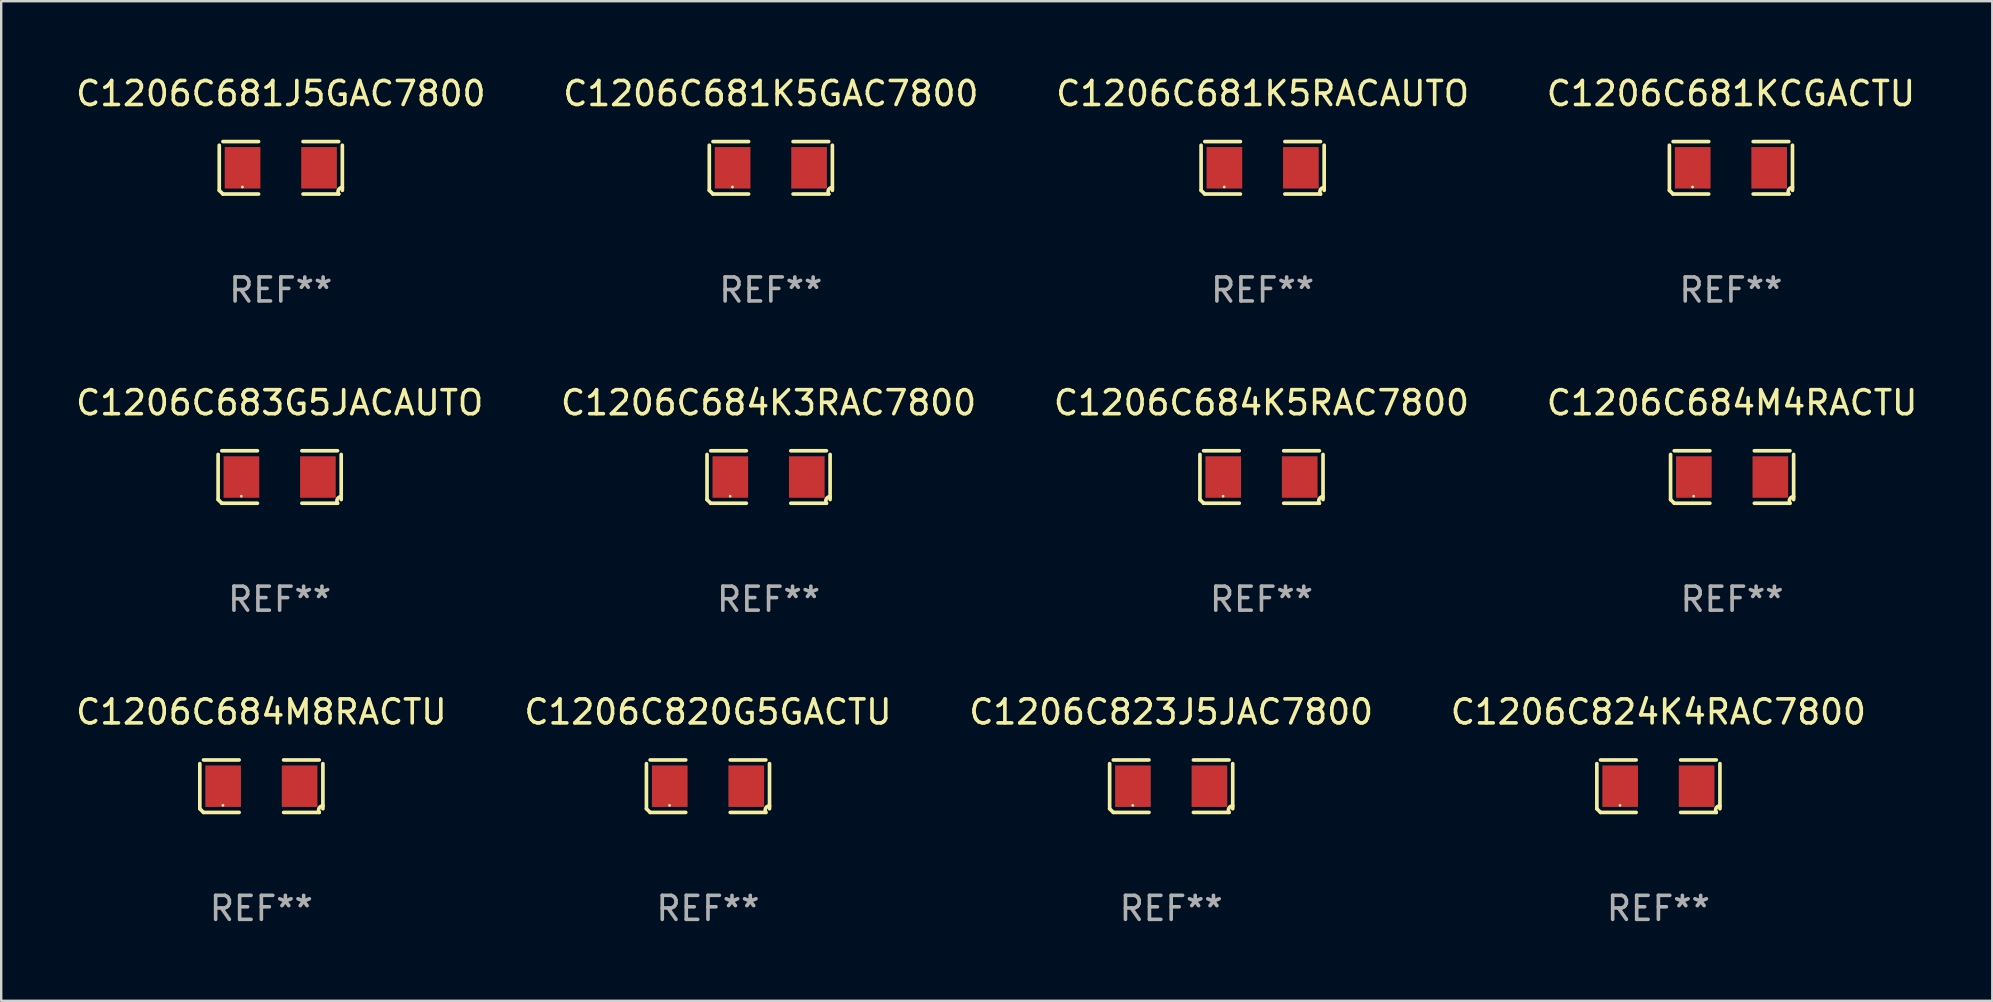
<source format=kicad_pcb>
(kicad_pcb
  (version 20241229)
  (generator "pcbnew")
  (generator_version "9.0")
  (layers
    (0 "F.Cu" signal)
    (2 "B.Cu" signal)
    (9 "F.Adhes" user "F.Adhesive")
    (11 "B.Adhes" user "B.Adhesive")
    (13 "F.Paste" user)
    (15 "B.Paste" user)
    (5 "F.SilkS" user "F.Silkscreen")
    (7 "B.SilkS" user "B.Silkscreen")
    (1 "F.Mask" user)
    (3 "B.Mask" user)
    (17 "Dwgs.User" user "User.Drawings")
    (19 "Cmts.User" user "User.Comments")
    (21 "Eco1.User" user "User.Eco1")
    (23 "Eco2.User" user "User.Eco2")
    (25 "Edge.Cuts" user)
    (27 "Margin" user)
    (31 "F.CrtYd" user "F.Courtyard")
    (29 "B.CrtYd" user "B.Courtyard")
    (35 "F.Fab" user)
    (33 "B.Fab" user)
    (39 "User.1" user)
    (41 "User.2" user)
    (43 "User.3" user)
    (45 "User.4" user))
  (footprint "C1206C684K3RAC7800"
    (layer "F.Cu")
    (at 28.97 16.823)
    (property "Reference" "C1206C684K3RAC7800" (at 0 -3.093 0) (layer "F.SilkS") (effects (font (size 1 1) (thickness 0.15))))
    (attr through_hole)
    (fp_line (start -2.564 0.94) (end -2.564 -0.94) (stroke (width 0.152) (type solid)) (layer "F.SilkS"))
    (fp_line (start -2.411 -1.093) (end -0.926 -1.093) (stroke (width 0.152) (type solid)) (layer "F.SilkS"))
    (fp_line (start -0.926 1.093) (end -2.411 1.093) (stroke (width 0.152) (type solid)) (layer "F.SilkS"))
    (fp_line (start 0.926 1.093) (end 2.411 1.093) (stroke (width 0.152) (type solid)) (layer "F.SilkS"))
    (fp_line (start 2.411 -1.093) (end 0.926 -1.093) (stroke (width 0.152) (type solid)) (layer "F.SilkS"))
    (fp_line (start 2.564 0.94) (end 2.564 -0.94) (stroke (width 0.152) (type solid)) (layer "F.SilkS"))
    (fp_arc (start -2.411201 1.092609) (mid -2.487413 1.01642) (end -2.563602 0.940208) (stroke (width 0.1524) (type solid)) (layer "F.SilkS"))
    (fp_arc (start 2.411201 1.092609) (mid 2.407159 0.911226) (end 2.563602 0.819347) (stroke (width 0.1524) (type solid)) (layer "F.SilkS"))
    (fp_circle (center -1.6 0.8) (end -1.57 0.8) (stroke (width 0.06) (type solid)) (fill no) (layer "F.SilkS"))
    (fp_text user "REF**" (at 0 5.093 0) (layer "F.Fab") (effects (font (size 1 1) (thickness 0.15))))
    (pad "1" smd rect (at -1.593 0) (size 1.485 1.728) (layers "F.Cu" "F.Mask" "F.Paste"))
    (pad "2" smd rect (at 1.593 0) (size 1.485 1.728) (layers "F.Cu" "F.Mask" "F.Paste")))
  (footprint "C1206C684M8RACTU"
    (layer "F.Cu")
    (at 7.839 29.704)
    (property "Reference" "C1206C684M8RACTU" (at 0 -3.093 0) (layer "F.SilkS") (effects (font (size 1 1) (thickness 0.15))))
    (attr through_hole)
    (fp_line (start -2.564 0.94) (end -2.564 -0.94) (stroke (width 0.152) (type solid)) (layer "F.SilkS"))
    (fp_line (start -2.411 -1.093) (end -0.926 -1.093) (stroke (width 0.152) (type solid)) (layer "F.SilkS"))
    (fp_line (start -0.926 1.093) (end -2.411 1.093) (stroke (width 0.152) (type solid)) (layer "F.SilkS"))
    (fp_line (start 0.926 1.093) (end 2.411 1.093) (stroke (width 0.152) (type solid)) (layer "F.SilkS"))
    (fp_line (start 2.411 -1.093) (end 0.926 -1.093) (stroke (width 0.152) (type solid)) (layer "F.SilkS"))
    (fp_line (start 2.564 0.94) (end 2.564 -0.94) (stroke (width 0.152) (type solid)) (layer "F.SilkS"))
    (fp_arc (start -2.411201 1.092609) (mid -2.487413 1.01642) (end -2.563602 0.940208) (stroke (width 0.1524) (type solid)) (layer "F.SilkS"))
    (fp_arc (start 2.411201 1.092609) (mid 2.407159 0.911226) (end 2.563602 0.819347) (stroke (width 0.1524) (type solid)) (layer "F.SilkS"))
    (fp_circle (center -1.6 0.8) (end -1.57 0.8) (stroke (width 0.06) (type solid)) (fill no) (layer "F.SilkS"))
    (fp_text user "REF**" (at 0 5.093 0) (layer "F.Fab") (effects (font (size 1 1) (thickness 0.15))))
    (pad "1" smd rect (at -1.593 0) (size 1.485 1.728) (layers "F.Cu" "F.Mask" "F.Paste"))
    (pad "2" smd rect (at 1.593 0) (size 1.485 1.728) (layers "F.Cu" "F.Mask" "F.Paste")))
  (footprint "C1206C684K5RAC7800"
    (layer "F.Cu")
    (at 49.506 16.823)
    (property "Reference" "C1206C684K5RAC7800" (at 0 -3.093 0) (layer "F.SilkS") (effects (font (size 1 1) (thickness 0.15))))
    (attr through_hole)
    (fp_line (start -2.564 0.94) (end -2.564 -0.94) (stroke (width 0.152) (type solid)) (layer "F.SilkS"))
    (fp_line (start -2.411 -1.093) (end -0.926 -1.093) (stroke (width 0.152) (type solid)) (layer "F.SilkS"))
    (fp_line (start -0.926 1.093) (end -2.411 1.093) (stroke (width 0.152) (type solid)) (layer "F.SilkS"))
    (fp_line (start 0.926 1.093) (end 2.411 1.093) (stroke (width 0.152) (type solid)) (layer "F.SilkS"))
    (fp_line (start 2.411 -1.093) (end 0.926 -1.093) (stroke (width 0.152) (type solid)) (layer "F.SilkS"))
    (fp_line (start 2.564 0.94) (end 2.564 -0.94) (stroke (width 0.152) (type solid)) (layer "F.SilkS"))
    (fp_arc (start -2.411201 1.092609) (mid -2.487413 1.01642) (end -2.563602 0.940208) (stroke (width 0.1524) (type solid)) (layer "F.SilkS"))
    (fp_arc (start 2.411201 1.092609) (mid 2.407159 0.911226) (end 2.563602 0.819347) (stroke (width 0.1524) (type solid)) (layer "F.SilkS"))
    (fp_circle (center -1.6 0.8) (end -1.57 0.8) (stroke (width 0.06) (type solid)) (fill no) (layer "F.SilkS"))
    (fp_text user "REF**" (at 0 5.093 0) (layer "F.Fab") (effects (font (size 1 1) (thickness 0.15))))
    (pad "1" smd rect (at -1.593 0) (size 1.485 1.728) (layers "F.Cu" "F.Mask" "F.Paste"))
    (pad "2" smd rect (at 1.593 0) (size 1.485 1.728) (layers "F.Cu" "F.Mask" "F.Paste")))
  (footprint "C1206C820G5GACTU"
    (layer "F.Cu")
    (at 26.446 29.704)
    (property "Reference" "C1206C820G5GACTU" (at 0 -3.093 0) (layer "F.SilkS") (effects (font (size 1 1) (thickness 0.15))))
    (attr through_hole)
    (fp_line (start -2.564 0.94) (end -2.564 -0.94) (stroke (width 0.152) (type solid)) (layer "F.SilkS"))
    (fp_line (start -2.411 -1.093) (end -0.926 -1.093) (stroke (width 0.152) (type solid)) (layer "F.SilkS"))
    (fp_line (start -0.926 1.093) (end -2.411 1.093) (stroke (width 0.152) (type solid)) (layer "F.SilkS"))
    (fp_line (start 0.926 1.093) (end 2.411 1.093) (stroke (width 0.152) (type solid)) (layer "F.SilkS"))
    (fp_line (start 2.411 -1.093) (end 0.926 -1.093) (stroke (width 0.152) (type solid)) (layer "F.SilkS"))
    (fp_line (start 2.564 0.94) (end 2.564 -0.94) (stroke (width 0.152) (type solid)) (layer "F.SilkS"))
    (fp_arc (start -2.411201 1.092609) (mid -2.487413 1.01642) (end -2.563602 0.940208) (stroke (width 0.1524) (type solid)) (layer "F.SilkS"))
    (fp_arc (start 2.411201 1.092609) (mid 2.407159 0.911226) (end 2.563602 0.819347) (stroke (width 0.1524) (type solid)) (layer "F.SilkS"))
    (fp_circle (center -1.6 0.8) (end -1.57 0.8) (stroke (width 0.06) (type solid)) (fill no) (layer "F.SilkS"))
    (fp_text user "REF**" (at 0 5.093 0) (layer "F.Fab") (effects (font (size 1 1) (thickness 0.15))))
    (pad "1" smd rect (at -1.593 0) (size 1.485 1.728) (layers "F.Cu" "F.Mask" "F.Paste"))
    (pad "2" smd rect (at 1.593 0) (size 1.485 1.728) (layers "F.Cu" "F.Mask" "F.Paste")))
  (footprint "C1206C684M4RACTU"
    (layer "F.Cu")
    (at 69.113 16.823)
    (property "Reference" "C1206C684M4RACTU" (at 0 -3.093 0) (layer "F.SilkS") (effects (font (size 1 1) (thickness 0.15))))
    (attr through_hole)
    (fp_line (start -2.564 0.94) (end -2.564 -0.94) (stroke (width 0.152) (type solid)) (layer "F.SilkS"))
    (fp_line (start -2.411 -1.093) (end -0.926 -1.093) (stroke (width 0.152) (type solid)) (layer "F.SilkS"))
    (fp_line (start -0.926 1.093) (end -2.411 1.093) (stroke (width 0.152) (type solid)) (layer "F.SilkS"))
    (fp_line (start 0.926 1.093) (end 2.411 1.093) (stroke (width 0.152) (type solid)) (layer "F.SilkS"))
    (fp_line (start 2.411 -1.093) (end 0.926 -1.093) (stroke (width 0.152) (type solid)) (layer "F.SilkS"))
    (fp_line (start 2.564 0.94) (end 2.564 -0.94) (stroke (width 0.152) (type solid)) (layer "F.SilkS"))
    (fp_arc (start -2.411201 1.092609) (mid -2.487413 1.01642) (end -2.563602 0.940208) (stroke (width 0.1524) (type solid)) (layer "F.SilkS"))
    (fp_arc (start 2.411201 1.092609) (mid 2.407159 0.911226) (end 2.563602 0.819347) (stroke (width 0.1524) (type solid)) (layer "F.SilkS"))
    (fp_circle (center -1.6 0.8) (end -1.57 0.8) (stroke (width 0.06) (type solid)) (fill no) (layer "F.SilkS"))
    (fp_text user "REF**" (at 0 5.093 0) (layer "F.Fab") (effects (font (size 1 1) (thickness 0.15))))
    (pad "1" smd rect (at -1.593 0) (size 1.485 1.728) (layers "F.Cu" "F.Mask" "F.Paste"))
    (pad "2" smd rect (at 1.593 0) (size 1.485 1.728) (layers "F.Cu" "F.Mask" "F.Paste")))
  (footprint "C1206C824K4RAC7800"
    (layer "F.Cu")
    (at 66.042 29.704)
    (property "Reference" "C1206C824K4RAC7800" (at 0 -3.093 0) (layer "F.SilkS") (effects (font (size 1 1) (thickness 0.15))))
    (attr through_hole)
    (fp_line (start -2.564 0.94) (end -2.564 -0.94) (stroke (width 0.152) (type solid)) (layer "F.SilkS"))
    (fp_line (start -2.411 -1.093) (end -0.926 -1.093) (stroke (width 0.152) (type solid)) (layer "F.SilkS"))
    (fp_line (start -0.926 1.093) (end -2.411 1.093) (stroke (width 0.152) (type solid)) (layer "F.SilkS"))
    (fp_line (start 0.926 1.093) (end 2.411 1.093) (stroke (width 0.152) (type solid)) (layer "F.SilkS"))
    (fp_line (start 2.411 -1.093) (end 0.926 -1.093) (stroke (width 0.152) (type solid)) (layer "F.SilkS"))
    (fp_line (start 2.564 0.94) (end 2.564 -0.94) (stroke (width 0.152) (type solid)) (layer "F.SilkS"))
    (fp_arc (start -2.411201 1.092609) (mid -2.487413 1.01642) (end -2.563602 0.940208) (stroke (width 0.1524) (type solid)) (layer "F.SilkS"))
    (fp_arc (start 2.411201 1.092609) (mid 2.407159 0.911226) (end 2.563602 0.819347) (stroke (width 0.1524) (type solid)) (layer "F.SilkS"))
    (fp_circle (center -1.6 0.8) (end -1.57 0.8) (stroke (width 0.06) (type solid)) (fill no) (layer "F.SilkS"))
    (fp_text user "REF**" (at 0 5.093 0) (layer "F.Fab") (effects (font (size 1 1) (thickness 0.15))))
    (pad "1" smd rect (at -1.593 0) (size 1.485 1.728) (layers "F.Cu" "F.Mask" "F.Paste"))
    (pad "2" smd rect (at 1.593 0) (size 1.485 1.728) (layers "F.Cu" "F.Mask" "F.Paste")))
  (footprint "C1206C823J5JAC7800"
    (layer "F.Cu")
    (at 45.744 29.704)
    (property "Reference" "C1206C823J5JAC7800" (at 0 -3.093 0) (layer "F.SilkS") (effects (font (size 1 1) (thickness 0.15))))
    (attr through_hole)
    (fp_line (start -2.564 0.94) (end -2.564 -0.94) (stroke (width 0.152) (type solid)) (layer "F.SilkS"))
    (fp_line (start -2.411 -1.093) (end -0.926 -1.093) (stroke (width 0.152) (type solid)) (layer "F.SilkS"))
    (fp_line (start -0.926 1.093) (end -2.411 1.093) (stroke (width 0.152) (type solid)) (layer "F.SilkS"))
    (fp_line (start 0.926 1.093) (end 2.411 1.093) (stroke (width 0.152) (type solid)) (layer "F.SilkS"))
    (fp_line (start 2.411 -1.093) (end 0.926 -1.093) (stroke (width 0.152) (type solid)) (layer "F.SilkS"))
    (fp_line (start 2.564 0.94) (end 2.564 -0.94) (stroke (width 0.152) (type solid)) (layer "F.SilkS"))
    (fp_arc (start -2.411201 1.092609) (mid -2.487413 1.01642) (end -2.563602 0.940208) (stroke (width 0.1524) (type solid)) (layer "F.SilkS"))
    (fp_arc (start 2.411201 1.092609) (mid 2.407159 0.911226) (end 2.563602 0.819347) (stroke (width 0.1524) (type solid)) (layer "F.SilkS"))
    (fp_circle (center -1.6 0.8) (end -1.57 0.8) (stroke (width 0.06) (type solid)) (fill no) (layer "F.SilkS"))
    (fp_text user "REF**" (at 0 5.093 0) (layer "F.Fab") (effects (font (size 1 1) (thickness 0.15))))
    (pad "1" smd rect (at -1.593 0) (size 1.485 1.728) (layers "F.Cu" "F.Mask" "F.Paste"))
    (pad "2" smd rect (at 1.593 0) (size 1.485 1.728) (layers "F.Cu" "F.Mask" "F.Paste")))
  (footprint "C1206C681K5GAC7800"
    (layer "F.Cu")
    (at 29.065 3.941)
    (property "Reference" "C1206C681K5GAC7800" (at 0 -3.093 0) (layer "F.SilkS") (effects (font (size 1 1) (thickness 0.15))))
    (attr through_hole)
    (fp_line (start -2.564 0.94) (end -2.564 -0.94) (stroke (width 0.152) (type solid)) (layer "F.SilkS"))
    (fp_line (start -2.411 -1.093) (end -0.926 -1.093) (stroke (width 0.152) (type solid)) (layer "F.SilkS"))
    (fp_line (start -0.926 1.093) (end -2.411 1.093) (stroke (width 0.152) (type solid)) (layer "F.SilkS"))
    (fp_line (start 0.926 1.093) (end 2.411 1.093) (stroke (width 0.152) (type solid)) (layer "F.SilkS"))
    (fp_line (start 2.411 -1.093) (end 0.926 -1.093) (stroke (width 0.152) (type solid)) (layer "F.SilkS"))
    (fp_line (start 2.564 0.94) (end 2.564 -0.94) (stroke (width 0.152) (type solid)) (layer "F.SilkS"))
    (fp_arc (start -2.411201 1.092609) (mid -2.487413 1.01642) (end -2.563602 0.940208) (stroke (width 0.1524) (type solid)) (layer "F.SilkS"))
    (fp_arc (start 2.411201 1.092609) (mid 2.407159 0.911226) (end 2.563602 0.819347) (stroke (width 0.1524) (type solid)) (layer "F.SilkS"))
    (fp_circle (center -1.6 0.8) (end -1.57 0.8) (stroke (width 0.06) (type solid)) (fill no) (layer "F.SilkS"))
    (fp_text user "REF**" (at 0 5.093 0) (layer "F.Fab") (effects (font (size 1 1) (thickness 0.15))))
    (pad "1" smd rect (at -1.593 0) (size 1.485 1.728) (layers "F.Cu" "F.Mask" "F.Paste"))
    (pad "2" smd rect (at 1.593 0) (size 1.485 1.728) (layers "F.Cu" "F.Mask" "F.Paste")))
  (footprint "C1206C681J5GAC7800"
    (layer "F.Cu")
    (at 8.649 3.941)
    (property "Reference" "C1206C681J5GAC7800" (at 0 -3.093 0) (layer "F.SilkS") (effects (font (size 1 1) (thickness 0.15))))
    (attr through_hole)
    (fp_line (start -2.564 0.94) (end -2.564 -0.94) (stroke (width 0.152) (type solid)) (layer "F.SilkS"))
    (fp_line (start -2.411 -1.093) (end -0.926 -1.093) (stroke (width 0.152) (type solid)) (layer "F.SilkS"))
    (fp_line (start -0.926 1.093) (end -2.411 1.093) (stroke (width 0.152) (type solid)) (layer "F.SilkS"))
    (fp_line (start 0.926 1.093) (end 2.411 1.093) (stroke (width 0.152) (type solid)) (layer "F.SilkS"))
    (fp_line (start 2.411 -1.093) (end 0.926 -1.093) (stroke (width 0.152) (type solid)) (layer "F.SilkS"))
    (fp_line (start 2.564 0.94) (end 2.564 -0.94) (stroke (width 0.152) (type solid)) (layer "F.SilkS"))
    (fp_arc (start -2.411201 1.092609) (mid -2.487413 1.01642) (end -2.563602 0.940208) (stroke (width 0.1524) (type solid)) (layer "F.SilkS"))
    (fp_arc (start 2.411201 1.092609) (mid 2.407159 0.911226) (end 2.563602 0.819347) (stroke (width 0.1524) (type solid)) (layer "F.SilkS"))
    (fp_circle (center -1.6 0.8) (end -1.57 0.8) (stroke (width 0.06) (type solid)) (fill no) (layer "F.SilkS"))
    (fp_text user "REF**" (at 0 5.093 0) (layer "F.Fab") (effects (font (size 1 1) (thickness 0.15))))
    (pad "1" smd rect (at -1.593 0) (size 1.485 1.728) (layers "F.Cu" "F.Mask" "F.Paste"))
    (pad "2" smd rect (at 1.593 0) (size 1.485 1.728) (layers "F.Cu" "F.Mask" "F.Paste")))
  (footprint "C1206C683G5JACAUTO"
    (layer "F.Cu")
    (at 8.601 16.823)
    (property "Reference" "C1206C683G5JACAUTO" (at 0 -3.093 0) (layer "F.SilkS") (effects (font (size 1 1) (thickness 0.15))))
    (attr through_hole)
    (fp_line (start -2.564 0.94) (end -2.564 -0.94) (stroke (width 0.152) (type solid)) (layer "F.SilkS"))
    (fp_line (start -2.411 -1.093) (end -0.926 -1.093) (stroke (width 0.152) (type solid)) (layer "F.SilkS"))
    (fp_line (start -0.926 1.093) (end -2.411 1.093) (stroke (width 0.152) (type solid)) (layer "F.SilkS"))
    (fp_line (start 0.926 1.093) (end 2.411 1.093) (stroke (width 0.152) (type solid)) (layer "F.SilkS"))
    (fp_line (start 2.411 -1.093) (end 0.926 -1.093) (stroke (width 0.152) (type solid)) (layer "F.SilkS"))
    (fp_line (start 2.564 0.94) (end 2.564 -0.94) (stroke (width 0.152) (type solid)) (layer "F.SilkS"))
    (fp_arc (start -2.411201 1.092609) (mid -2.487413 1.01642) (end -2.563602 0.940208) (stroke (width 0.1524) (type solid)) (layer "F.SilkS"))
    (fp_arc (start 2.411201 1.092609) (mid 2.407159 0.911226) (end 2.563602 0.819347) (stroke (width 0.1524) (type solid)) (layer "F.SilkS"))
    (fp_circle (center -1.6 0.8) (end -1.57 0.8) (stroke (width 0.06) (type solid)) (fill no) (layer "F.SilkS"))
    (fp_text user "REF**" (at 0 5.093 0) (layer "F.Fab") (effects (font (size 1 1) (thickness 0.15))))
    (pad "1" smd rect (at -1.593 0) (size 1.485 1.728) (layers "F.Cu" "F.Mask" "F.Paste"))
    (pad "2" smd rect (at 1.593 0) (size 1.485 1.728) (layers "F.Cu" "F.Mask" "F.Paste")))
  (footprint "C1206C681KCGACTU"
    (layer "F.Cu")
    (at 69.065 3.941)
    (property "Reference" "C1206C681KCGACTU" (at 0 -3.093 0) (layer "F.SilkS") (effects (font (size 1 1) (thickness 0.15))))
    (attr through_hole)
    (fp_line (start -2.564 0.94) (end -2.564 -0.94) (stroke (width 0.152) (type solid)) (layer "F.SilkS"))
    (fp_line (start -2.411 -1.093) (end -0.926 -1.093) (stroke (width 0.152) (type solid)) (layer "F.SilkS"))
    (fp_line (start -0.926 1.093) (end -2.411 1.093) (stroke (width 0.152) (type solid)) (layer "F.SilkS"))
    (fp_line (start 0.926 1.093) (end 2.411 1.093) (stroke (width 0.152) (type solid)) (layer "F.SilkS"))
    (fp_line (start 2.411 -1.093) (end 0.926 -1.093) (stroke (width 0.152) (type solid)) (layer "F.SilkS"))
    (fp_line (start 2.564 0.94) (end 2.564 -0.94) (stroke (width 0.152) (type solid)) (layer "F.SilkS"))
    (fp_arc (start -2.411201 1.092609) (mid -2.487413 1.01642) (end -2.563602 0.940208) (stroke (width 0.1524) (type solid)) (layer "F.SilkS"))
    (fp_arc (start 2.411201 1.092609) (mid 2.407159 0.911226) (end 2.563602 0.819347) (stroke (width 0.1524) (type solid)) (layer "F.SilkS"))
    (fp_circle (center -1.6 0.8) (end -1.57 0.8) (stroke (width 0.06) (type solid)) (fill no) (layer "F.SilkS"))
    (fp_text user "REF**" (at 0 5.093 0) (layer "F.Fab") (effects (font (size 1 1) (thickness 0.15))))
    (pad "1" smd rect (at -1.593 0) (size 1.485 1.728) (layers "F.Cu" "F.Mask" "F.Paste"))
    (pad "2" smd rect (at 1.593 0) (size 1.485 1.728) (layers "F.Cu" "F.Mask" "F.Paste")))
  (footprint "C1206C681K5RACAUTO"
    (layer "F.Cu")
    (at 49.554 3.941)
    (property "Reference" "C1206C681K5RACAUTO" (at 0 -3.093 0) (layer "F.SilkS") (effects (font (size 1 1) (thickness 0.15))))
    (attr through_hole)
    (fp_line (start -2.564 0.94) (end -2.564 -0.94) (stroke (width 0.152) (type solid)) (layer "F.SilkS"))
    (fp_line (start -2.411 -1.093) (end -0.926 -1.093) (stroke (width 0.152) (type solid)) (layer "F.SilkS"))
    (fp_line (start -0.926 1.093) (end -2.411 1.093) (stroke (width 0.152) (type solid)) (layer "F.SilkS"))
    (fp_line (start 0.926 1.093) (end 2.411 1.093) (stroke (width 0.152) (type solid)) (layer "F.SilkS"))
    (fp_line (start 2.411 -1.093) (end 0.926 -1.093) (stroke (width 0.152) (type solid)) (layer "F.SilkS"))
    (fp_line (start 2.564 0.94) (end 2.564 -0.94) (stroke (width 0.152) (type solid)) (layer "F.SilkS"))
    (fp_arc (start -2.411201 1.092609) (mid -2.487413 1.01642) (end -2.563602 0.940208) (stroke (width 0.1524) (type solid)) (layer "F.SilkS"))
    (fp_arc (start 2.411201 1.092609) (mid 2.407159 0.911226) (end 2.563602 0.819347) (stroke (width 0.1524) (type solid)) (layer "F.SilkS"))
    (fp_circle (center -1.6 0.8) (end -1.57 0.8) (stroke (width 0.06) (type solid)) (fill no) (layer "F.SilkS"))
    (fp_text user "REF**" (at 0 5.093 0) (layer "F.Fab") (effects (font (size 1 1) (thickness 0.15))))
    (pad "1" smd rect (at -1.593 0) (size 1.485 1.728) (layers "F.Cu" "F.Mask" "F.Paste"))
    (pad "2" smd rect (at 1.593 0) (size 1.485 1.728) (layers "F.Cu" "F.Mask" "F.Paste")))
  (gr_rect
    (start -3 -3)
    (end 79.952 38.645)
    (stroke (width 0.1) (type default))
    (fill no)
    (layer "Edge.Cuts")))
</source>
